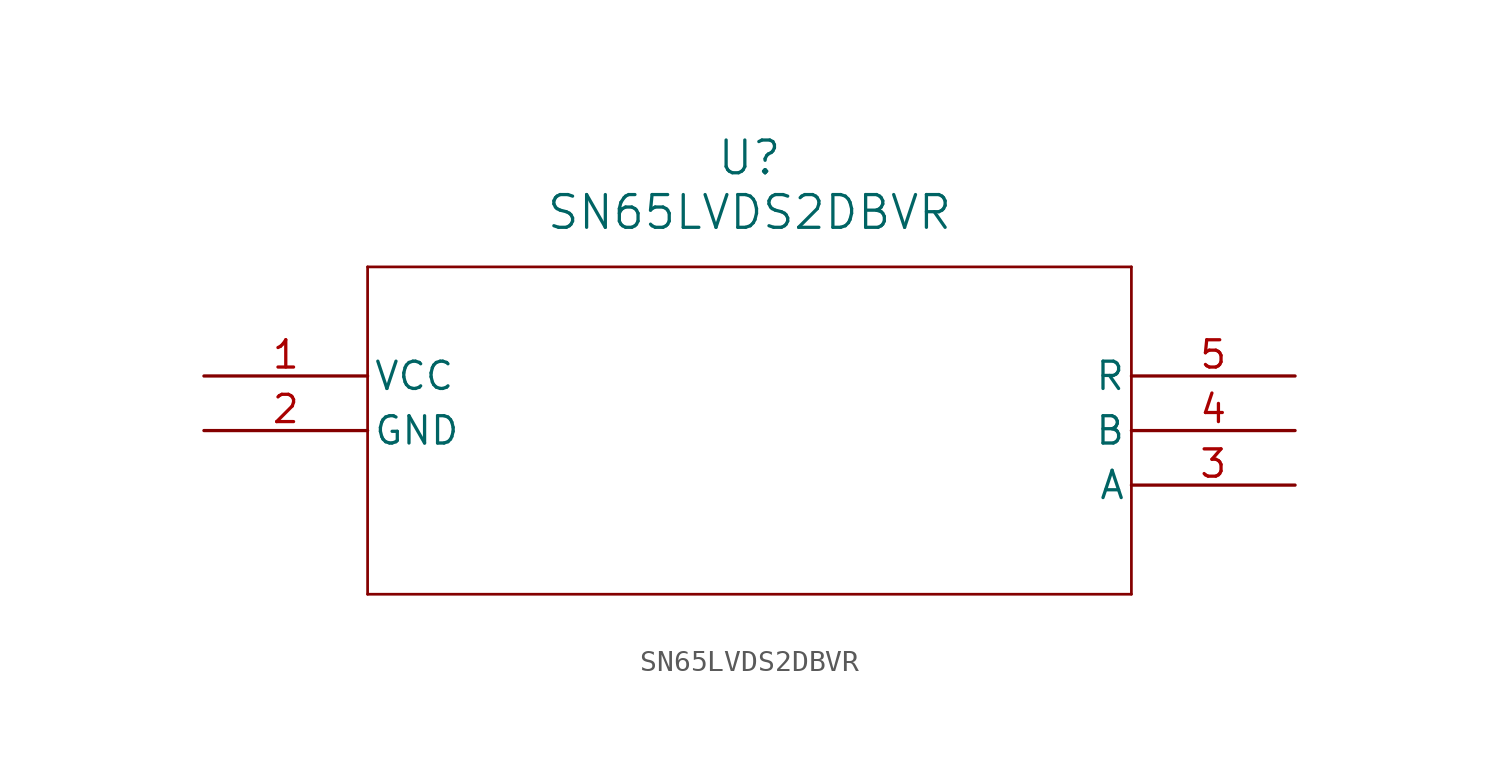
<source format=kicad_sym>
(kicad_symbol_lib
  (version 20211014)
  (generator kicad_symbol_editor)
  (symbol "SN65LVDS2DBVR"
    (pin_names
      (offset 0.254))
    (property "Reference" "U"
      (at 25.4 10.16 0)
      (effects (font (size 1.524 1.524))))
    (property "Value" "SN65LVDS2DBVR"
      (at 25.4 7.62 0)
      (effects (font (size 1.524 1.524))))
    (symbol "SN65LVDS2DBVR_0_1"
      (polyline (pts (xy 7.62 5.08) (xy 7.62 -10.16)) (stroke (width 0.127) (type default) (color 0 0 0 0)) (fill (type none)))
      (polyline (pts (xy 7.62 -10.16) (xy 43.18 -10.16)) (stroke (width 0.127) (type default) (color 0 0 0 0)) (fill (type none)))
      (polyline (pts (xy 43.18 -10.16) (xy 43.18 5.08)) (stroke (width 0.127) (type default) (color 0 0 0 0)) (fill (type none)))
      (polyline (pts (xy 43.18 5.08) (xy 7.62 5.08)) (stroke (width 0.127) (type default) (color 0 0 0 0)) (fill (type none)))
      (pin power_in line (at 0 0 0) (length 7.62) (name "VCC" (effects (font (size 1.27 1.27)))) (number "1" (effects (font (size 1.27 1.27)))))
      (pin power_in line (at 0 -2.54 0) (length 7.62) (name "GND" (effects (font (size 1.27 1.27)))) (number "2" (effects (font (size 1.27 1.27)))))
      (pin input line (at 50.8 -5.08 180) (length 7.62) (name "A" (effects (font (size 1.27 1.27)))) (number "3" (effects (font (size 1.27 1.27)))))
      (pin input line (at 50.8 -2.54 180) (length 7.62) (name "B" (effects (font (size 1.27 1.27)))) (number "4" (effects (font (size 1.27 1.27)))))
      (pin output line (at 50.8 0 180) (length 7.62) (name "R" (effects (font (size 1.27 1.27)))) (number "5" (effects (font (size 1.27 1.27))))))))
</source>
